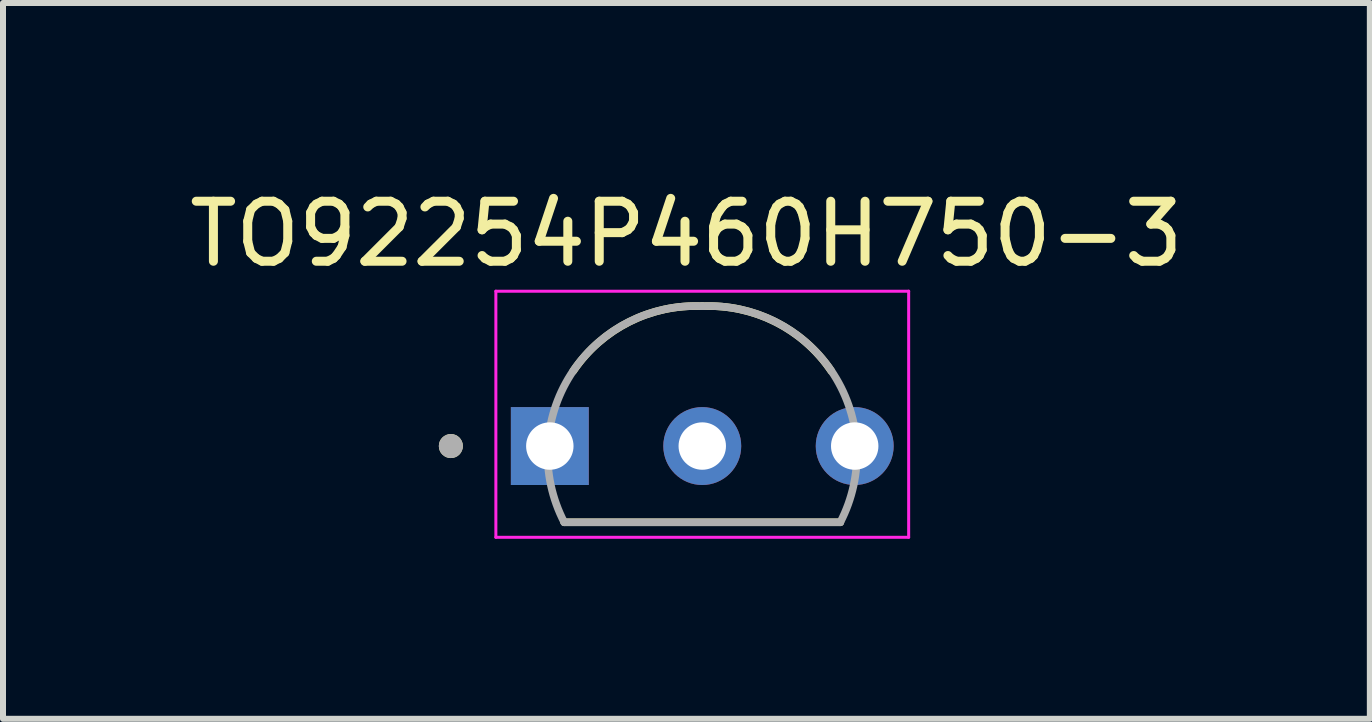
<source format=kicad_pcb>
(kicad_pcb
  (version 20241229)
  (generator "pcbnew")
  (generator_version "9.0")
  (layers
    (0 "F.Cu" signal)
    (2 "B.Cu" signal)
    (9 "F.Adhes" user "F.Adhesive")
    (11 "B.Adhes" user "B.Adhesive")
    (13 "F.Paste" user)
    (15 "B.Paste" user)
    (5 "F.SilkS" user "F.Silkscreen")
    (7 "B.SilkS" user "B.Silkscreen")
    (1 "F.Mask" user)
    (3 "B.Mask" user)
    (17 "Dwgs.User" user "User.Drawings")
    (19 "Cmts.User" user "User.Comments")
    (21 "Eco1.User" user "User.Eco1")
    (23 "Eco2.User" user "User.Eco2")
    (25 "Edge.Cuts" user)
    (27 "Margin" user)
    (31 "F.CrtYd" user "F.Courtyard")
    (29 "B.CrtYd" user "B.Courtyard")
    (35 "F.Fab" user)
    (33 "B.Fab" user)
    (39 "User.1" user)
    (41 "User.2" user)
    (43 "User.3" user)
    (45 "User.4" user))
  (footprint "TO92254P460H750-3"
    (layer "F.Cu")
    (at 8.651 4.382)
    (property "Reference" "TO92254P460H750-3" (at -0.264 -3.534 0) (layer "F.SilkS") (effects (font (size 1 1) (thickness 0.15))))
    (attr through_hole)
    (fp_line (start -2.3 1.27) (end 2.3 1.27) (stroke (width 0.127) (type solid)) (layer "F.SilkS"))
    (fp_arc (start -2.15 -1.25) (mid -1.215911 -2.070517) (end 0 -2.329999) (stroke (width 0.127) (type solid)) (layer "F.SilkS"))
    (fp_arc (start 0 -2.329999) (mid 1.215911 -2.070517) (end 2.15 -1.25) (stroke (width 0.127) (type solid)) (layer "F.SilkS"))
    (fp_circle (center -4.189 0) (end -4.089 0) (stroke (width 0.2) (type solid)) (fill no) (layer "F.SilkS"))
    (fp_line (start -3.439 -2.58) (end -3.439 1.52) (stroke (width 0.05) (type solid)) (layer "F.CrtYd"))
    (fp_line (start -3.439 1.52) (end 3.439 1.52) (stroke (width 0.05) (type solid)) (layer "F.CrtYd"))
    (fp_line (start 3.439 -2.58) (end -3.439 -2.58) (stroke (width 0.05) (type solid)) (layer "F.CrtYd"))
    (fp_line (start 3.439 1.52) (end 3.439 -2.58) (stroke (width 0.05) (type solid)) (layer "F.CrtYd"))
    (fp_line (start -2.3 1.27) (end 2.3 1.27) (stroke (width 0.127) (type solid)) (layer "F.Fab"))
    (fp_arc (start -2.3 1.27) (mid -2.189231 -1.193952) (end -0.000001 -2.329999) (stroke (width 0.127) (type solid)) (layer "F.Fab"))
    (fp_arc (start 0.000001 -2.329999) (mid 2.18923 -1.193952) (end 2.3 1.27) (stroke (width 0.127) (type solid)) (layer "F.Fab"))
    (fp_circle (center -4.189 0) (end -4.089 0) (stroke (width 0.2) (type solid)) (fill no) (layer "F.Fab"))
    (pad "1" thru_hole rect (at -2.54 0) (size 1.298 1.298) (drill 0.79) (layers "*.Cu" "*.Mask"))
    (pad "2" thru_hole circle (at 0 0) (size 1.298 1.298) (drill 0.79) (layers "*.Cu" "*.Mask"))
    (pad "3" thru_hole circle (at 2.54 0) (size 1.298 1.298) (drill 0.79) (layers "*.Cu" "*.Mask")))
  (gr_rect
    (start -3 -3)
    (end 19.774 8.927)
    (stroke (width 0.1) (type default))
    (fill no)
    (layer "Edge.Cuts")))
</source>
